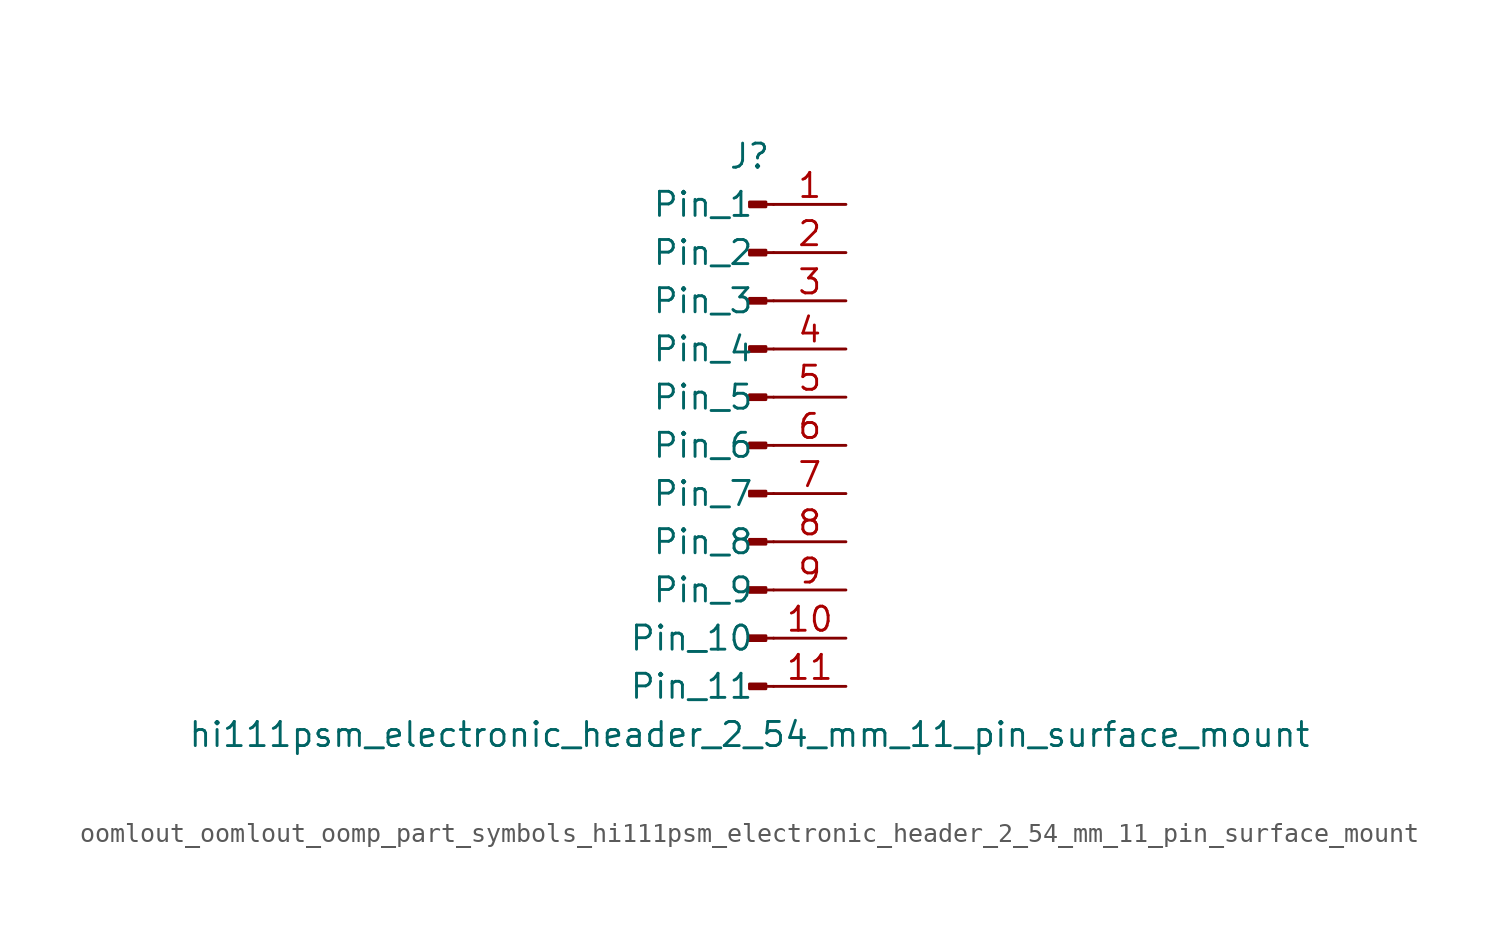
<source format=kicad_sym>
(kicad_symbol_lib
  (version 20220914)
  (generator kicad_symbol_editor)
  (symbol "oomlout_oomlout_oomp_part_symbols_hi111psm_electronic_header_2_54_mm_11_pin_surface_mount"
    (pin_names
      (offset 1.016))
    (property "Reference" "J"
      (at 0 15.24 0)
      (effects (font (size 1.27 1.27))))
    (property "Value" "hi111psm_electronic_header_2_54_mm_11_pin_surface_mount"
      (at 0 -15.24 0)
      (effects (font (size 1.27 1.27))))
    (property "ki_locked" ""
      (at 0 0 0)
      (effects (font (size 1.27 1.27))))
    (symbol "oomlout_oomlout_oomp_part_symbols_hi111psm_electronic_header_2_54_mm_11_pin_surface_mount_1_1"
      (polyline (pts (xy 1.27 -12.7) (xy 0.864 -12.7)) (stroke (width 0.152) (type default)) (fill (type none)))
      (polyline (pts (xy 1.27 -10.16) (xy 0.864 -10.16)) (stroke (width 0.152) (type default)) (fill (type none)))
      (polyline (pts (xy 1.27 -7.62) (xy 0.864 -7.62)) (stroke (width 0.152) (type default)) (fill (type none)))
      (polyline (pts (xy 1.27 -5.08) (xy 0.864 -5.08)) (stroke (width 0.152) (type default)) (fill (type none)))
      (polyline (pts (xy 1.27 -2.54) (xy 0.864 -2.54)) (stroke (width 0.152) (type default)) (fill (type none)))
      (polyline (pts (xy 1.27 0) (xy 0.864 0)) (stroke (width 0.152) (type default)) (fill (type none)))
      (polyline (pts (xy 1.27 2.54) (xy 0.864 2.54)) (stroke (width 0.152) (type default)) (fill (type none)))
      (polyline (pts (xy 1.27 5.08) (xy 0.864 5.08)) (stroke (width 0.152) (type default)) (fill (type none)))
      (polyline (pts (xy 1.27 7.62) (xy 0.864 7.62)) (stroke (width 0.152) (type default)) (fill (type none)))
      (polyline (pts (xy 1.27 10.16) (xy 0.864 10.16)) (stroke (width 0.152) (type default)) (fill (type none)))
      (polyline (pts (xy 1.27 12.7) (xy 0.864 12.7)) (stroke (width 0.152) (type default)) (fill (type none)))
      (rectangle (start 0.864 -12.573) (end 0 -12.827) (stroke (width 0.152) (type default)) (fill (type outline)))
      (rectangle (start 0.864 -10.033) (end 0 -10.287) (stroke (width 0.152) (type default)) (fill (type outline)))
      (rectangle (start 0.864 -7.493) (end 0 -7.747) (stroke (width 0.152) (type default)) (fill (type outline)))
      (rectangle (start 0.864 -4.953) (end 0 -5.207) (stroke (width 0.152) (type default)) (fill (type outline)))
      (rectangle (start 0.864 -2.413) (end 0 -2.667) (stroke (width 0.152) (type default)) (fill (type outline)))
      (rectangle (start 0.864 0.127) (end 0 -0.127) (stroke (width 0.152) (type default)) (fill (type outline)))
      (rectangle (start 0.864 2.667) (end 0 2.413) (stroke (width 0.152) (type default)) (fill (type outline)))
      (rectangle (start 0.864 5.207) (end 0 4.953) (stroke (width 0.152) (type default)) (fill (type outline)))
      (rectangle (start 0.864 7.747) (end 0 7.493) (stroke (width 0.152) (type default)) (fill (type outline)))
      (rectangle (start 0.864 10.287) (end 0 10.033) (stroke (width 0.152) (type default)) (fill (type outline)))
      (rectangle (start 0.864 12.827) (end 0 12.573) (stroke (width 0.152) (type default)) (fill (type outline)))
      (pin passive line (at 5.08 12.7 180) (length 3.81) (name "Pin_1" (effects (font (size 1.27 1.27)))) (number "1" (effects (font (size 1.27 1.27)))))
      (pin passive line (at 5.08 -10.16 180) (length 3.81) (name "Pin_10" (effects (font (size 1.27 1.27)))) (number "10" (effects (font (size 1.27 1.27)))))
      (pin passive line (at 5.08 -12.7 180) (length 3.81) (name "Pin_11" (effects (font (size 1.27 1.27)))) (number "11" (effects (font (size 1.27 1.27)))))
      (pin passive line (at 5.08 10.16 180) (length 3.81) (name "Pin_2" (effects (font (size 1.27 1.27)))) (number "2" (effects (font (size 1.27 1.27)))))
      (pin passive line (at 5.08 7.62 180) (length 3.81) (name "Pin_3" (effects (font (size 1.27 1.27)))) (number "3" (effects (font (size 1.27 1.27)))))
      (pin passive line (at 5.08 5.08 180) (length 3.81) (name "Pin_4" (effects (font (size 1.27 1.27)))) (number "4" (effects (font (size 1.27 1.27)))))
      (pin passive line (at 5.08 2.54 180) (length 3.81) (name "Pin_5" (effects (font (size 1.27 1.27)))) (number "5" (effects (font (size 1.27 1.27)))))
      (pin passive line (at 5.08 0 180) (length 3.81) (name "Pin_6" (effects (font (size 1.27 1.27)))) (number "6" (effects (font (size 1.27 1.27)))))
      (pin passive line (at 5.08 -2.54 180) (length 3.81) (name "Pin_7" (effects (font (size 1.27 1.27)))) (number "7" (effects (font (size 1.27 1.27)))))
      (pin passive line (at 5.08 -5.08 180) (length 3.81) (name "Pin_8" (effects (font (size 1.27 1.27)))) (number "8" (effects (font (size 1.27 1.27)))))
      (pin passive line (at 5.08 -7.62 180) (length 3.81) (name "Pin_9" (effects (font (size 1.27 1.27)))) (number "9" (effects (font (size 1.27 1.27))))))))
</source>
